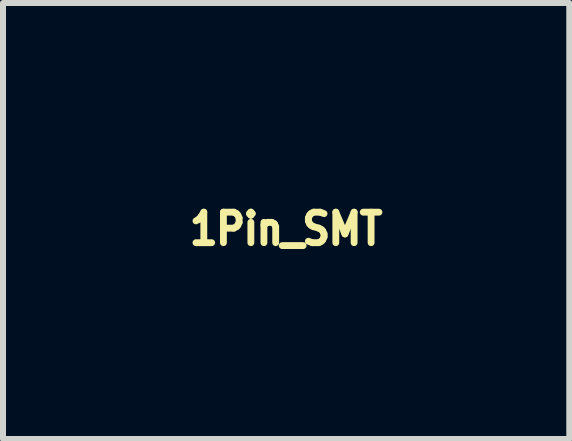
<source format=kicad_pcb>
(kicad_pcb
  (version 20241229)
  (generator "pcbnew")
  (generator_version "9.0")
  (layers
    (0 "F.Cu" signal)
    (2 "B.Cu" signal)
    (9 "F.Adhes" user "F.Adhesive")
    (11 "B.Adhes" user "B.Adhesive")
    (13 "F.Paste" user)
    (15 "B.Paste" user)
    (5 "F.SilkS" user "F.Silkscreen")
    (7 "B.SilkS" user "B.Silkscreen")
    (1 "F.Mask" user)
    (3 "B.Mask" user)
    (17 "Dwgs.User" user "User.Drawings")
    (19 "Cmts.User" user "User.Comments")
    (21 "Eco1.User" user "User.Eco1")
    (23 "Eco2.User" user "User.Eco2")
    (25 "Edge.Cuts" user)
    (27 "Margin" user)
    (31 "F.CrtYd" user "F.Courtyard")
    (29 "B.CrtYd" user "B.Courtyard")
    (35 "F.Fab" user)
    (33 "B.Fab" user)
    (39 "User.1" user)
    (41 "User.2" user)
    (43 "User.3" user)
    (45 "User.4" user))
  (footprint "1Pin_SMT"
    (layer "F.Cu")
    (at 1.715 0.254)
    (property "Reference" "1Pin_SMT" (at 0 0.508 0) (layer "F.SilkS") (effects (font (size 0.508 0.457) (thickness 0.114))))
    (attr through_hole)
    (pad "" smd rect (at 0 0) (size 1.397 0.508) (layers "B.Mask")))
  (gr_rect
    (start -3 -3)
    (end 6.43 4.26)
    (stroke (width 0.1) (type default))
    (fill no)
    (layer "Edge.Cuts")))
</source>
